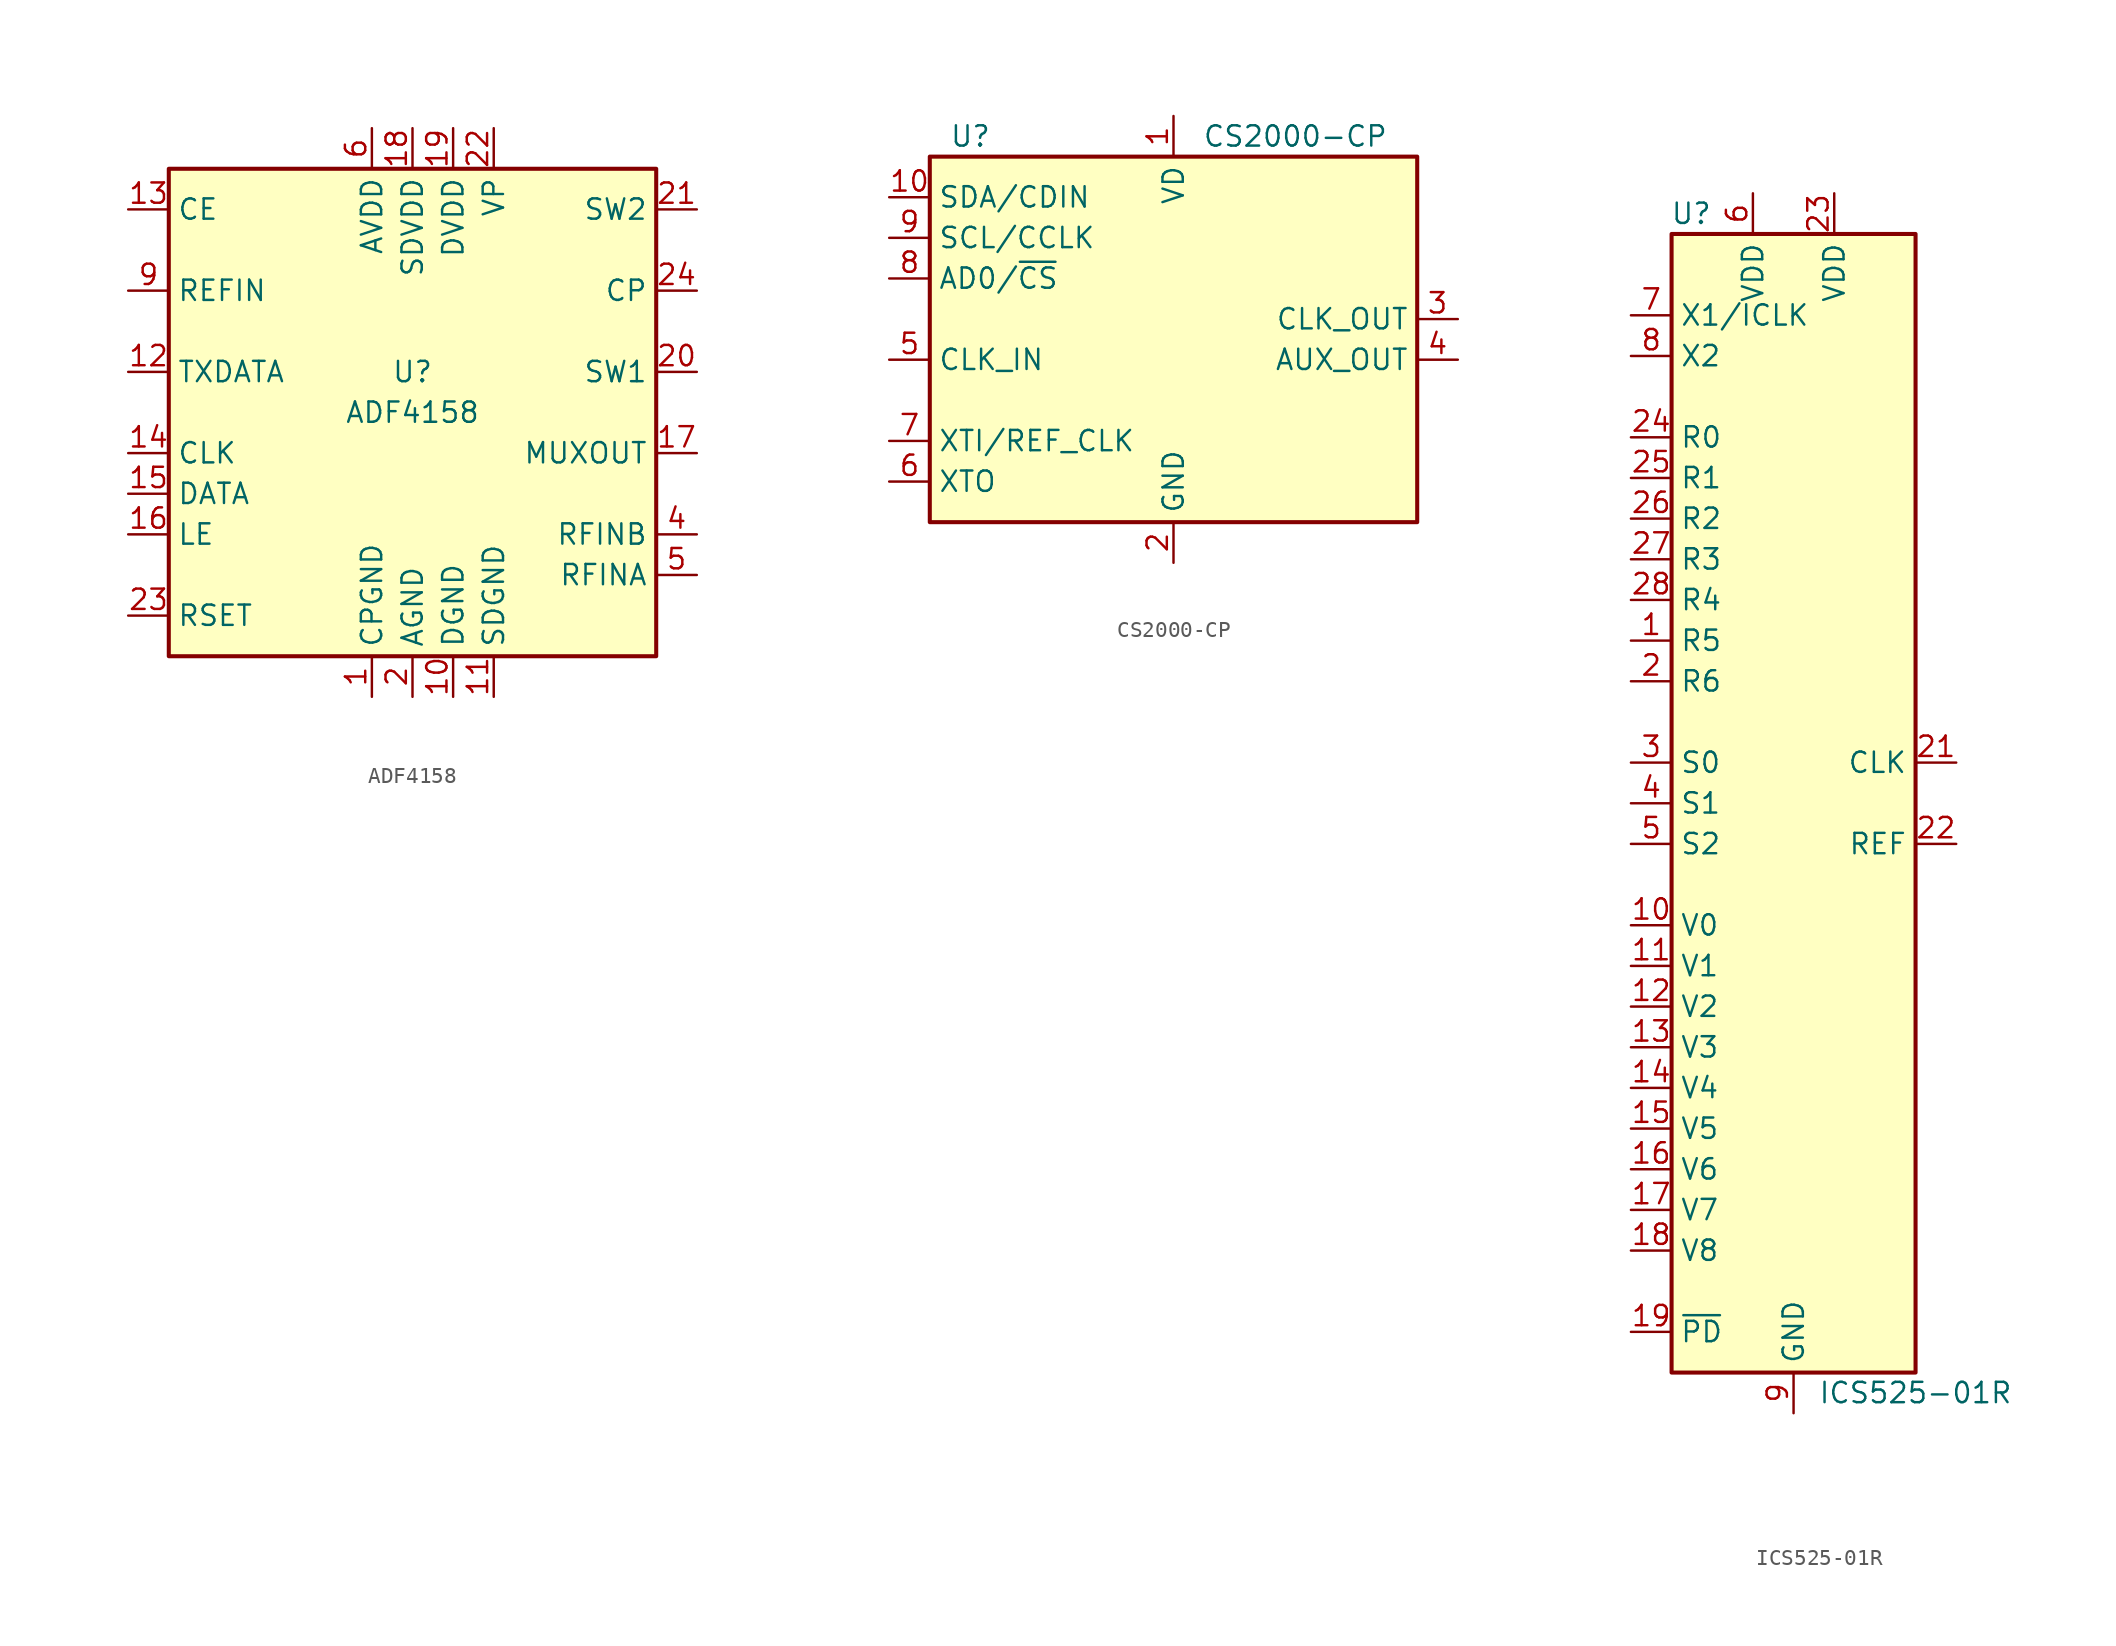
<source format=kicad_sym>
(kicad_symbol_lib
  (version 20201005)
  (generator kicad_symbol_editor)
  (symbol "ADF4158"
    (property "Reference" "U"
      (at 0 2.54 0)
      (effects (font (size 1.27 1.27))))
    (property "Value" "ADF4158"
      (at 0 0 0)
      (effects (font (size 1.27 1.27))))
    (symbol "ADF4158_0_1"
      (rectangle (start -15.24 15.24) (end 15.24 -15.24) (stroke (width 0.254)) (fill (type background))))
    (symbol "ADF4158_1_1"
      (pin power_in line (at -2.54 -17.78 90) (length 2.54) (name "CPGND" (effects (font (size 1.27 1.27)))) (number "1" (effects (font (size 1.27 1.27)))))
      (pin power_in line (at 2.54 -17.78 90) (length 2.54) (name "DGND" (effects (font (size 1.27 1.27)))) (number "10" (effects (font (size 1.27 1.27)))))
      (pin power_in line (at 5.08 -17.78 90) (length 2.54) (name "SDGND" (effects (font (size 1.27 1.27)))) (number "11" (effects (font (size 1.27 1.27)))))
      (pin input line (at -17.78 2.54 0) (length 2.54) (name "TXDATA" (effects (font (size 1.27 1.27)))) (number "12" (effects (font (size 1.27 1.27)))))
      (pin input line (at -17.78 12.7 0) (length 2.54) (name "CE" (effects (font (size 1.27 1.27)))) (number "13" (effects (font (size 1.27 1.27)))))
      (pin input line (at -17.78 -2.54 0) (length 2.54) (name "CLK" (effects (font (size 1.27 1.27)))) (number "14" (effects (font (size 1.27 1.27)))))
      (pin input line (at -17.78 -5.08 0) (length 2.54) (name "DATA" (effects (font (size 1.27 1.27)))) (number "15" (effects (font (size 1.27 1.27)))))
      (pin input line (at -17.78 -7.62 0) (length 2.54) (name "LE" (effects (font (size 1.27 1.27)))) (number "16" (effects (font (size 1.27 1.27)))))
      (pin output line (at 17.78 -2.54 180) (length 2.54) (name "MUXOUT" (effects (font (size 1.27 1.27)))) (number "17" (effects (font (size 1.27 1.27)))))
      (pin power_in line (at 0 17.78 270) (length 2.54) (name "SDVDD" (effects (font (size 1.27 1.27)))) (number "18" (effects (font (size 1.27 1.27)))))
      (pin power_in line (at 2.54 17.78 270) (length 2.54) (name "DVDD" (effects (font (size 1.27 1.27)))) (number "19" (effects (font (size 1.27 1.27)))))
      (pin power_in line (at 0 -17.78 90) (length 2.54) (name "AGND" (effects (font (size 1.27 1.27)))) (number "2" (effects (font (size 1.27 1.27)))))
      (pin passive line (at 17.78 2.54 180) (length 2.54) (name "SW1" (effects (font (size 1.27 1.27)))) (number "20" (effects (font (size 1.27 1.27)))))
      (pin passive line (at 17.78 12.7 180) (length 2.54) (name "SW2" (effects (font (size 1.27 1.27)))) (number "21" (effects (font (size 1.27 1.27)))))
      (pin power_in line (at 5.08 17.78 270) (length 2.54) (name "VP" (effects (font (size 1.27 1.27)))) (number "22" (effects (font (size 1.27 1.27)))))
      (pin passive line (at -17.78 -12.7 0) (length 2.54) (name "RSET" (effects (font (size 1.27 1.27)))) (number "23" (effects (font (size 1.27 1.27)))))
      (pin output line (at 17.78 7.62 180) (length 2.54) (name "CP" (effects (font (size 1.27 1.27)))) (number "24" (effects (font (size 1.27 1.27)))))
      (pin passive line (at 0 -17.78 90) (length 2.54) hide (name "AGND" (effects (font (size 1.27 1.27)))) (number "25" (effects (font (size 1.27 1.27)))))
      (pin passive line (at 0 -17.78 90) (length 2.54) hide (name "AGND" (effects (font (size 1.27 1.27)))) (number "3" (effects (font (size 1.27 1.27)))))
      (pin input line (at 17.78 -7.62 180) (length 2.54) (name "RFINB" (effects (font (size 1.27 1.27)))) (number "4" (effects (font (size 1.27 1.27)))))
      (pin input line (at 17.78 -10.16 180) (length 2.54) (name "RFINA" (effects (font (size 1.27 1.27)))) (number "5" (effects (font (size 1.27 1.27)))))
      (pin power_in line (at -2.54 17.78 270) (length 2.54) (name "AVDD" (effects (font (size 1.27 1.27)))) (number "6" (effects (font (size 1.27 1.27)))))
      (pin passive line (at -2.54 17.78 270) (length 2.54) hide (name "AVDD" (effects (font (size 1.27 1.27)))) (number "7" (effects (font (size 1.27 1.27)))))
      (pin passive line (at -2.54 17.78 270) (length 2.54) hide (name "AVDD" (effects (font (size 1.27 1.27)))) (number "8" (effects (font (size 1.27 1.27)))))
      (pin input line (at -17.78 7.62 0) (length 2.54) (name "REFIN" (effects (font (size 1.27 1.27)))) (number "9" (effects (font (size 1.27 1.27)))))))
  (symbol "CS2000-CP"
    (property "Reference" "U"
      (at -12.7 13.97 0)
      (effects (font (size 1.27 1.27))))
    (property "Value" "CS2000-CP"
      (at 7.62 13.97 0)
      (effects (font (size 1.27 1.27))))
    (symbol "CS2000-CP_0_1"
      (rectangle (start -15.24 12.7) (end 15.24 -10.16) (stroke (width 0.254)) (fill (type background))))
    (symbol "CS2000-CP_1_1"
      (pin power_in line (at 0 15.24 270) (length 2.54) (name "VD" (effects (font (size 1.27 1.27)))) (number "1" (effects (font (size 1.27 1.27)))))
      (pin bidirectional line (at -17.78 10.16 0) (length 2.54) (name "SDA/CDIN" (effects (font (size 1.27 1.27)))) (number "10" (effects (font (size 1.27 1.27)))))
      (pin power_in line (at 0 -12.7 90) (length 2.54) (name "GND" (effects (font (size 1.27 1.27)))) (number "2" (effects (font (size 1.27 1.27)))))
      (pin output line (at 17.78 2.54 180) (length 2.54) (name "CLK_OUT" (effects (font (size 1.27 1.27)))) (number "3" (effects (font (size 1.27 1.27)))))
      (pin output line (at 17.78 0 180) (length 2.54) (name "AUX_OUT" (effects (font (size 1.27 1.27)))) (number "4" (effects (font (size 1.27 1.27)))))
      (pin input line (at -17.78 0 0) (length 2.54) (name "CLK_IN" (effects (font (size 1.27 1.27)))) (number "5" (effects (font (size 1.27 1.27)))))
      (pin output line (at -17.78 -7.62 0) (length 2.54) (name "XTO" (effects (font (size 1.27 1.27)))) (number "6" (effects (font (size 1.27 1.27)))))
      (pin input line (at -17.78 -5.08 0) (length 2.54) (name "XTI/REF_CLK" (effects (font (size 1.27 1.27)))) (number "7" (effects (font (size 1.27 1.27)))))
      (pin input line (at -17.78 5.08 0) (length 2.54) (name "AD0/~CS" (effects (font (size 1.27 1.27)))) (number "8" (effects (font (size 1.27 1.27)))))
      (pin input line (at -17.78 7.62 0) (length 2.54) (name "SCL/CCLK" (effects (font (size 1.27 1.27)))) (number "9" (effects (font (size 1.27 1.27)))))))
  (symbol "ICS525-01R"
    (property "Reference" "U"
      (at -5.08 36.83 0)
      (effects (font (size 1.27 1.27)) (justify right)))
    (property "Value" "ICS525-01R"
      (at 7.62 -36.83 0)
      (effects (font (size 1.27 1.27))))
    (symbol "ICS525-01R_0_1"
      (rectangle (start -7.62 35.56) (end 7.62 -35.56) (stroke (width 0.254)) (fill (type background))))
    (symbol "ICS525-01R_1_1"
      (pin input line (at -10.16 10.16 0) (length 2.54) (name "R5" (effects (font (size 1.27 1.27)))) (number "1" (effects (font (size 1.27 1.27)))))
      (pin input line (at -10.16 -7.62 0) (length 2.54) (name "V0" (effects (font (size 1.27 1.27)))) (number "10" (effects (font (size 1.27 1.27)))))
      (pin input line (at -10.16 -10.16 0) (length 2.54) (name "V1" (effects (font (size 1.27 1.27)))) (number "11" (effects (font (size 1.27 1.27)))))
      (pin input line (at -10.16 -12.7 0) (length 2.54) (name "V2" (effects (font (size 1.27 1.27)))) (number "12" (effects (font (size 1.27 1.27)))))
      (pin input line (at -10.16 -15.24 0) (length 2.54) (name "V3" (effects (font (size 1.27 1.27)))) (number "13" (effects (font (size 1.27 1.27)))))
      (pin input line (at -10.16 -17.78 0) (length 2.54) (name "V4" (effects (font (size 1.27 1.27)))) (number "14" (effects (font (size 1.27 1.27)))))
      (pin input line (at -10.16 -20.32 0) (length 2.54) (name "V5" (effects (font (size 1.27 1.27)))) (number "15" (effects (font (size 1.27 1.27)))))
      (pin input line (at -10.16 -22.86 0) (length 2.54) (name "V6" (effects (font (size 1.27 1.27)))) (number "16" (effects (font (size 1.27 1.27)))))
      (pin input line (at -10.16 -25.4 0) (length 2.54) (name "V7" (effects (font (size 1.27 1.27)))) (number "17" (effects (font (size 1.27 1.27)))))
      (pin input line (at -10.16 -27.94 0) (length 2.54) (name "V8" (effects (font (size 1.27 1.27)))) (number "18" (effects (font (size 1.27 1.27)))))
      (pin input line (at -10.16 -33.02 0) (length 2.54) (name "~PD" (effects (font (size 1.27 1.27)))) (number "19" (effects (font (size 1.27 1.27)))))
      (pin input line (at -10.16 7.62 0) (length 2.54) (name "R6" (effects (font (size 1.27 1.27)))) (number "2" (effects (font (size 1.27 1.27)))))
      (pin passive line (at 0 -38.1 90) (length 2.54) hide (name "GND" (effects (font (size 1.27 1.27)))) (number "20" (effects (font (size 1.27 1.27)))))
      (pin tri_state line (at 10.16 2.54 180) (length 2.54) (name "CLK" (effects (font (size 1.27 1.27)))) (number "21" (effects (font (size 1.27 1.27)))))
      (pin tri_state line (at 10.16 -2.54 180) (length 2.54) (name "REF" (effects (font (size 1.27 1.27)))) (number "22" (effects (font (size 1.27 1.27)))))
      (pin power_in line (at 2.54 38.1 270) (length 2.54) (name "VDD" (effects (font (size 1.27 1.27)))) (number "23" (effects (font (size 1.27 1.27)))))
      (pin input line (at -10.16 22.86 0) (length 2.54) (name "R0" (effects (font (size 1.27 1.27)))) (number "24" (effects (font (size 1.27 1.27)))))
      (pin input line (at -10.16 20.32 0) (length 2.54) (name "R1" (effects (font (size 1.27 1.27)))) (number "25" (effects (font (size 1.27 1.27)))))
      (pin input line (at -10.16 17.78 0) (length 2.54) (name "R2" (effects (font (size 1.27 1.27)))) (number "26" (effects (font (size 1.27 1.27)))))
      (pin input line (at -10.16 15.24 0) (length 2.54) (name "R3" (effects (font (size 1.27 1.27)))) (number "27" (effects (font (size 1.27 1.27)))))
      (pin input line (at -10.16 12.7 0) (length 2.54) (name "R4" (effects (font (size 1.27 1.27)))) (number "28" (effects (font (size 1.27 1.27)))))
      (pin input line (at -10.16 2.54 0) (length 2.54) (name "S0" (effects (font (size 1.27 1.27)))) (number "3" (effects (font (size 1.27 1.27)))))
      (pin input line (at -10.16 0 0) (length 2.54) (name "S1" (effects (font (size 1.27 1.27)))) (number "4" (effects (font (size 1.27 1.27)))))
      (pin input line (at -10.16 -2.54 0) (length 2.54) (name "S2" (effects (font (size 1.27 1.27)))) (number "5" (effects (font (size 1.27 1.27)))))
      (pin power_in line (at -2.54 38.1 270) (length 2.54) (name "VDD" (effects (font (size 1.27 1.27)))) (number "6" (effects (font (size 1.27 1.27)))))
      (pin input line (at -10.16 30.48 0) (length 2.54) (name "X1/ICLK" (effects (font (size 1.27 1.27)))) (number "7" (effects (font (size 1.27 1.27)))))
      (pin output line (at -10.16 27.94 0) (length 2.54) (name "X2" (effects (font (size 1.27 1.27)))) (number "8" (effects (font (size 1.27 1.27)))))
      (pin power_in line (at 0 -38.1 90) (length 2.54) (name "GND" (effects (font (size 1.27 1.27)))) (number "9" (effects (font (size 1.27 1.27))))))))
</source>
